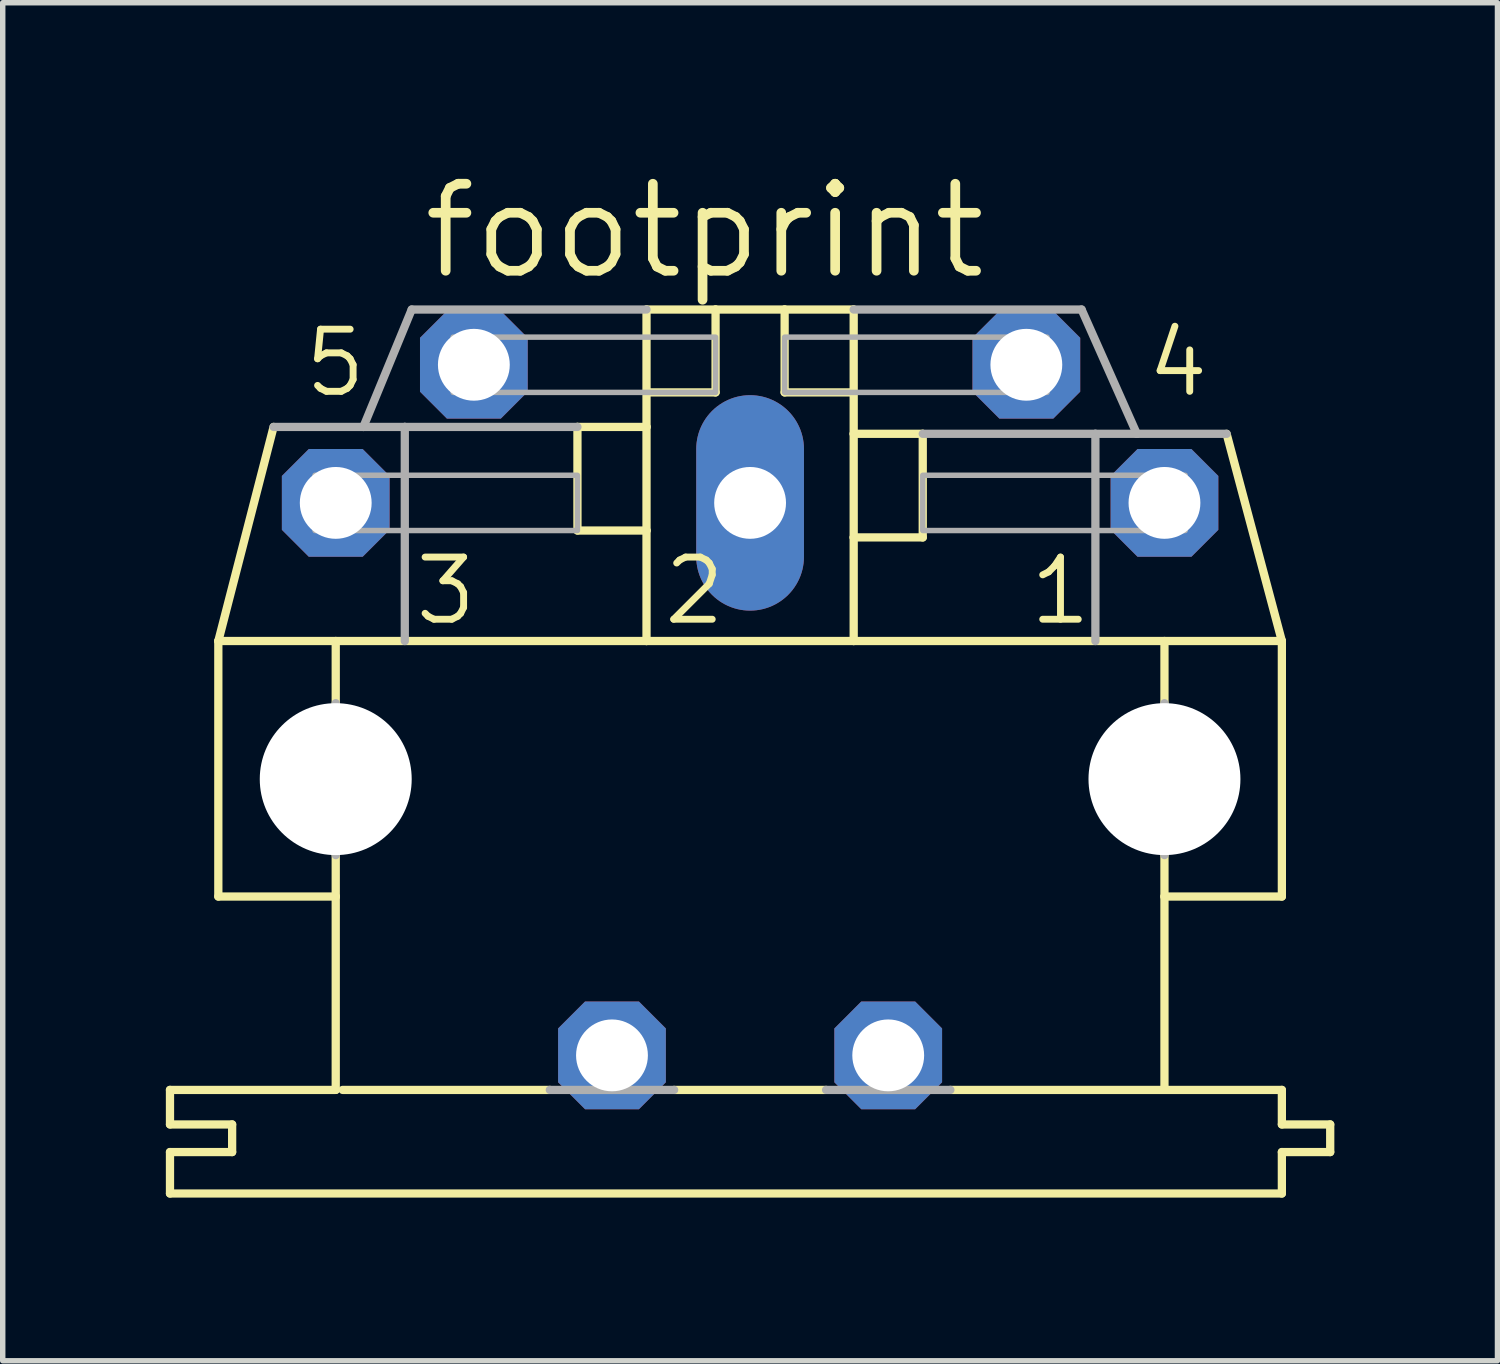
<source format=kicad_pcb>
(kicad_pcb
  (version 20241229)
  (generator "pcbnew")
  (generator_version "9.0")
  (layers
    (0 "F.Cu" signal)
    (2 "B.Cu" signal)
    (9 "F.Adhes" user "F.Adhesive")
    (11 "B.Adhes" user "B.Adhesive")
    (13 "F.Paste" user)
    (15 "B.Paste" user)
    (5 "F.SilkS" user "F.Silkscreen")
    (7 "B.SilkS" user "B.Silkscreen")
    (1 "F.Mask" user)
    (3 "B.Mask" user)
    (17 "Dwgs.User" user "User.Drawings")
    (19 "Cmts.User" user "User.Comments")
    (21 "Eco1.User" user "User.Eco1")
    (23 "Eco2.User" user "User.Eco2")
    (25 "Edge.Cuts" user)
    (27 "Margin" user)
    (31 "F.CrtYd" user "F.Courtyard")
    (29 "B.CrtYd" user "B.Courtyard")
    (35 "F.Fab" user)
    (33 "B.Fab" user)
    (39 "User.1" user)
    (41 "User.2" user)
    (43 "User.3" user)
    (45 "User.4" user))
  (footprint "footprint"
    (layer "F.Cu")
    (at 10.744 11.278)
    (property "Reference" "footprint" (at -6.096 -9.144 0) (layer "F.SilkS") (effects (font (size 1.6 1.6) (thickness 0.178)) (justify left bottom)))
    (fp_line (start -10.668 6.35) (end -10.668 5.715) (stroke (width 0.152) (type solid)) (layer "F.SilkS"))
    (fp_line (start -10.668 6.35) (end -9.525 6.35) (stroke (width 0.152) (type solid)) (layer "F.SilkS"))
    (fp_line (start -10.668 7.62) (end -10.668 6.858) (stroke (width 0.152) (type solid)) (layer "F.SilkS"))
    (fp_line (start -10.668 7.62) (end 9.779 7.62) (stroke (width 0.152) (type solid)) (layer "F.SilkS"))
    (fp_line (start -9.779 2.159) (end -9.779 -2.54) (stroke (width 0.152) (type solid)) (layer "F.SilkS"))
    (fp_line (start -9.779 2.159) (end -7.62 2.159) (stroke (width 0.152) (type solid)) (layer "F.SilkS"))
    (fp_line (start -9.525 6.858) (end -10.668 6.858) (stroke (width 0.152) (type solid)) (layer "F.SilkS"))
    (fp_line (start -9.525 6.858) (end -9.525 6.35) (stroke (width 0.152) (type solid)) (layer "F.SilkS"))
    (fp_line (start -8.763 -6.477) (end -9.779 -2.54) (stroke (width 0.152) (type solid)) (layer "F.SilkS"))
    (fp_line (start -7.62 -2.54) (end -9.779 -2.54) (stroke (width 0.152) (type solid)) (layer "F.SilkS"))
    (fp_line (start -7.62 -2.54) (end -7.62 -1.397) (stroke (width 0.152) (type solid)) (layer "F.SilkS"))
    (fp_line (start -7.62 2.159) (end -7.62 1.397) (stroke (width 0.152) (type solid)) (layer "F.SilkS"))
    (fp_line (start -7.62 5.715) (end -10.668 5.715) (stroke (width 0.152) (type solid)) (layer "F.SilkS"))
    (fp_line (start -7.62 5.715) (end -7.62 2.159) (stroke (width 0.152) (type solid)) (layer "F.SilkS"))
    (fp_line (start -7.493 5.715) (end -3.683 5.715) (stroke (width 0.152) (type solid)) (layer "F.SilkS"))
    (fp_line (start -3.175 -6.477) (end -3.175 -4.572) (stroke (width 0.152) (type solid)) (layer "F.SilkS"))
    (fp_line (start -1.905 -8.636) (end -1.905 -7.112) (stroke (width 0.152) (type solid)) (layer "F.SilkS"))
    (fp_line (start -1.905 -7.112) (end -1.905 -6.477) (stroke (width 0.152) (type solid)) (layer "F.SilkS"))
    (fp_line (start -1.905 -7.112) (end -0.635 -7.112) (stroke (width 0.152) (type solid)) (layer "F.SilkS"))
    (fp_line (start -1.905 -6.477) (end -3.175 -6.477) (stroke (width 0.152) (type solid)) (layer "F.SilkS"))
    (fp_line (start -1.905 -6.477) (end -1.905 -4.572) (stroke (width 0.152) (type solid)) (layer "F.SilkS"))
    (fp_line (start -1.905 -4.572) (end -3.175 -4.572) (stroke (width 0.152) (type solid)) (layer "F.SilkS"))
    (fp_line (start -1.905 -4.572) (end -1.905 -2.54) (stroke (width 0.152) (type solid)) (layer "F.SilkS"))
    (fp_line (start -1.905 -2.54) (end -7.62 -2.54) (stroke (width 0.152) (type solid)) (layer "F.SilkS"))
    (fp_line (start -1.397 5.715) (end 1.397 5.715) (stroke (width 0.152) (type solid)) (layer "F.SilkS"))
    (fp_line (start -0.635 -8.636) (end -1.905 -8.636) (stroke (width 0.152) (type solid)) (layer "F.SilkS"))
    (fp_line (start -0.635 -8.636) (end -0.635 -7.112) (stroke (width 0.152) (type solid)) (layer "F.SilkS"))
    (fp_line (start 0.635 -8.636) (end -0.635 -8.636) (stroke (width 0.152) (type solid)) (layer "F.SilkS"))
    (fp_line (start 0.635 -8.636) (end 0.635 -7.112) (stroke (width 0.152) (type solid)) (layer "F.SilkS"))
    (fp_line (start 1.905 -8.636) (end 0.635 -8.636) (stroke (width 0.152) (type solid)) (layer "F.SilkS"))
    (fp_line (start 1.905 -8.636) (end 1.905 -7.112) (stroke (width 0.152) (type solid)) (layer "F.SilkS"))
    (fp_line (start 1.905 -7.112) (end 0.635 -7.112) (stroke (width 0.152) (type solid)) (layer "F.SilkS"))
    (fp_line (start 1.905 -7.112) (end 1.905 -6.35) (stroke (width 0.152) (type solid)) (layer "F.SilkS"))
    (fp_line (start 1.905 -6.35) (end 1.905 -4.445) (stroke (width 0.152) (type solid)) (layer "F.SilkS"))
    (fp_line (start 1.905 -4.445) (end 1.905 -2.54) (stroke (width 0.152) (type solid)) (layer "F.SilkS"))
    (fp_line (start 1.905 -4.445) (end 3.175 -4.445) (stroke (width 0.152) (type solid)) (layer "F.SilkS"))
    (fp_line (start 1.905 -2.54) (end -1.905 -2.54) (stroke (width 0.152) (type solid)) (layer "F.SilkS"))
    (fp_line (start 3.175 -6.35) (end 1.905 -6.35) (stroke (width 0.152) (type solid)) (layer "F.SilkS"))
    (fp_line (start 3.175 -6.35) (end 3.175 -4.445) (stroke (width 0.152) (type solid)) (layer "F.SilkS"))
    (fp_line (start 3.683 5.715) (end 7.62 5.715) (stroke (width 0.152) (type solid)) (layer "F.SilkS"))
    (fp_line (start 7.62 -2.54) (end 1.905 -2.54) (stroke (width 0.152) (type solid)) (layer "F.SilkS"))
    (fp_line (start 7.62 -2.54) (end 7.62 -1.397) (stroke (width 0.152) (type solid)) (layer "F.SilkS"))
    (fp_line (start 7.62 2.159) (end 7.62 1.397) (stroke (width 0.152) (type solid)) (layer "F.SilkS"))
    (fp_line (start 7.62 5.715) (end 7.62 2.159) (stroke (width 0.152) (type solid)) (layer "F.SilkS"))
    (fp_line (start 8.763 -6.35) (end 9.779 -2.54) (stroke (width 0.152) (type solid)) (layer "F.SilkS"))
    (fp_line (start 9.779 -2.54) (end 7.62 -2.54) (stroke (width 0.152) (type solid)) (layer "F.SilkS"))
    (fp_line (start 9.779 2.159) (end 7.62 2.159) (stroke (width 0.152) (type solid)) (layer "F.SilkS"))
    (fp_line (start 9.779 2.159) (end 9.779 -2.54) (stroke (width 0.152) (type solid)) (layer "F.SilkS"))
    (fp_line (start 9.779 5.715) (end 7.62 5.715) (stroke (width 0.152) (type solid)) (layer "F.SilkS"))
    (fp_line (start 9.779 5.715) (end 9.779 6.35) (stroke (width 0.152) (type solid)) (layer "F.SilkS"))
    (fp_line (start 9.779 7.62) (end 9.779 6.858) (stroke (width 0.152) (type solid)) (layer "F.SilkS"))
    (fp_line (start 10.668 6.35) (end 9.779 6.35) (stroke (width 0.152) (type solid)) (layer "F.SilkS"))
    (fp_line (start 10.668 6.858) (end 9.779 6.858) (stroke (width 0.152) (type solid)) (layer "F.SilkS"))
    (fp_line (start 10.668 6.858) (end 10.668 6.35) (stroke (width 0.152) (type solid)) (layer "F.SilkS"))
    (fp_line (start -8.763 -6.477) (end -7.112 -6.477) (stroke (width 0.152) (type solid)) (layer "F.Fab"))
    (fp_line (start -7.62 -1.397) (end -7.62 1.397) (stroke (width 0.152) (type solid)) (layer "F.Fab"))
    (fp_line (start -7.112 -6.477) (end -6.223 -8.636) (stroke (width 0.152) (type solid)) (layer "F.Fab"))
    (fp_line (start -6.35 -6.477) (end -7.112 -6.477) (stroke (width 0.152) (type solid)) (layer "F.Fab"))
    (fp_line (start -6.35 -6.477) (end -6.35 -2.54) (stroke (width 0.152) (type solid)) (layer "F.Fab"))
    (fp_line (start -3.175 -6.477) (end -6.35 -6.477) (stroke (width 0.152) (type solid)) (layer "F.Fab"))
    (fp_line (start -1.905 -8.636) (end -6.223 -8.636) (stroke (width 0.152) (type solid)) (layer "F.Fab"))
    (fp_line (start -1.397 5.715) (end -3.683 5.715) (stroke (width 0.152) (type solid)) (layer "F.Fab"))
    (fp_line (start 3.683 5.715) (end 1.397 5.715) (stroke (width 0.152) (type solid)) (layer "F.Fab"))
    (fp_line (start 6.096 -8.636) (end 1.905 -8.636) (stroke (width 0.152) (type solid)) (layer "F.Fab"))
    (fp_line (start 6.096 -8.636) (end 7.112 -6.35) (stroke (width 0.152) (type solid)) (layer "F.Fab"))
    (fp_line (start 6.35 -6.35) (end 3.175 -6.35) (stroke (width 0.152) (type solid)) (layer "F.Fab"))
    (fp_line (start 6.35 -6.35) (end 6.35 -2.54) (stroke (width 0.152) (type solid)) (layer "F.Fab"))
    (fp_line (start 7.112 -6.35) (end 6.35 -6.35) (stroke (width 0.152) (type solid)) (layer "F.Fab"))
    (fp_line (start 7.62 -1.397) (end 7.62 1.397) (stroke (width 0.152) (type solid)) (layer "F.Fab"))
    (fp_line (start 8.763 -6.35) (end 7.112 -6.35) (stroke (width 0.152) (type solid)) (layer "F.Fab"))
    (fp_poly (pts (xy -8.001 -4.572) (xy -3.175 -4.572) (xy -3.175 -5.588) (xy -8.001 -5.588)) (stroke (width 0.1) (type solid)) (fill no) (layer "F.Fab"))
    (fp_poly (pts (xy -5.461 -7.112) (xy -0.635 -7.112) (xy -0.635 -8.128) (xy -5.461 -8.128)) (stroke (width 0.1) (type solid)) (fill no) (layer "F.Fab"))
    (fp_poly (pts (xy 0.635 -7.112) (xy 5.461 -7.112) (xy 5.461 -8.128) (xy 0.635 -8.128)) (stroke (width 0.1) (type solid)) (fill no) (layer "F.Fab"))
    (fp_poly (pts (xy 3.175 -4.572) (xy 8.001 -4.572) (xy 8.001 -5.588) (xy 3.175 -5.588)) (stroke (width 0.1) (type solid)) (fill no) (layer "F.Fab"))
    (fp_text user "1" (at 5.08 -2.794 0) (layer "F.SilkS") (effects (font (size 1.143 1.143) (thickness 0.127)) (justify left bottom)))
    (fp_text user "2" (at -1.651 -2.794 0) (layer "F.SilkS") (effects (font (size 1.143 1.143) (thickness 0.127)) (justify left bottom)))
    (fp_text user "3" (at -6.223 -2.794 0) (layer "F.SilkS") (effects (font (size 1.143 1.143) (thickness 0.127)) (justify left bottom)))
    (fp_text user "5" (at -8.255 -6.985 0) (layer "F.SilkS") (effects (font (size 1.143 1.143) (thickness 0.127)) (justify left bottom)))
    (fp_text user "4" (at 7.239 -6.985 0) (layer "F.SilkS") (effects (font (size 1.143 1.143) (thickness 0.127)) (justify left bottom)))
    (pad "" np_thru_hole circle (at -7.62 0) (size 2.794 2.794) (drill 2.794) (layers "*.Cu" "*.Mask"))
    (pad "" np_thru_hole circle (at 7.62 0) (size 2.794 2.794) (drill 2.794) (layers "*.Cu" "*.Mask"))
    (pad "1" thru_hole roundrect (at 7.62 -5.08) (size 1.981 1.981) (drill 1.321) (layers "*.Cu" "*.Mask") (roundrect_rratio 0.25) (chamfer_ratio 0.25) (chamfer top_left top_right bottom_left bottom_right))
    (pad "2" thru_hole oval (at 0 -5.08 90) (size 3.962 1.981) (drill 1.321) (layers "*.Cu" "*.Mask"))
    (pad "3" thru_hole roundrect (at -7.62 -5.08) (size 1.981 1.981) (drill 1.321) (layers "*.Cu" "*.Mask") (roundrect_rratio 0.25) (chamfer_ratio 0.25) (chamfer top_left top_right bottom_left bottom_right))
    (pad "4" thru_hole roundrect (at 5.08 -7.62) (size 1.981 1.981) (drill 1.321) (layers "*.Cu" "*.Mask") (roundrect_rratio 0.25) (chamfer_ratio 0.25) (chamfer top_left top_right bottom_left bottom_right))
    (pad "5" thru_hole roundrect (at -5.08 -7.62) (size 1.981 1.981) (drill 1.321) (layers "*.Cu" "*.Mask") (roundrect_rratio 0.25) (chamfer_ratio 0.25) (chamfer top_left top_right bottom_left bottom_right))
    (pad "PE" thru_hole roundrect (at -2.54 5.08) (size 1.981 1.981) (drill 1.321) (layers "*.Cu" "*.Mask") (roundrect_rratio 0.25) (chamfer_ratio 0.25) (chamfer top_left top_right bottom_left bottom_right))
    (pad "PE@" thru_hole roundrect (at 2.54 5.08) (size 1.981 1.981) (drill 1.321) (layers "*.Cu" "*.Mask") (roundrect_rratio 0.25) (chamfer_ratio 0.25) (chamfer top_left top_right bottom_left bottom_right)))
  (gr_rect
    (start -3 -3)
    (end 24.488 21.974)
    (stroke (width 0.1) (type default))
    (fill no)
    (layer "Edge.Cuts")))
</source>
